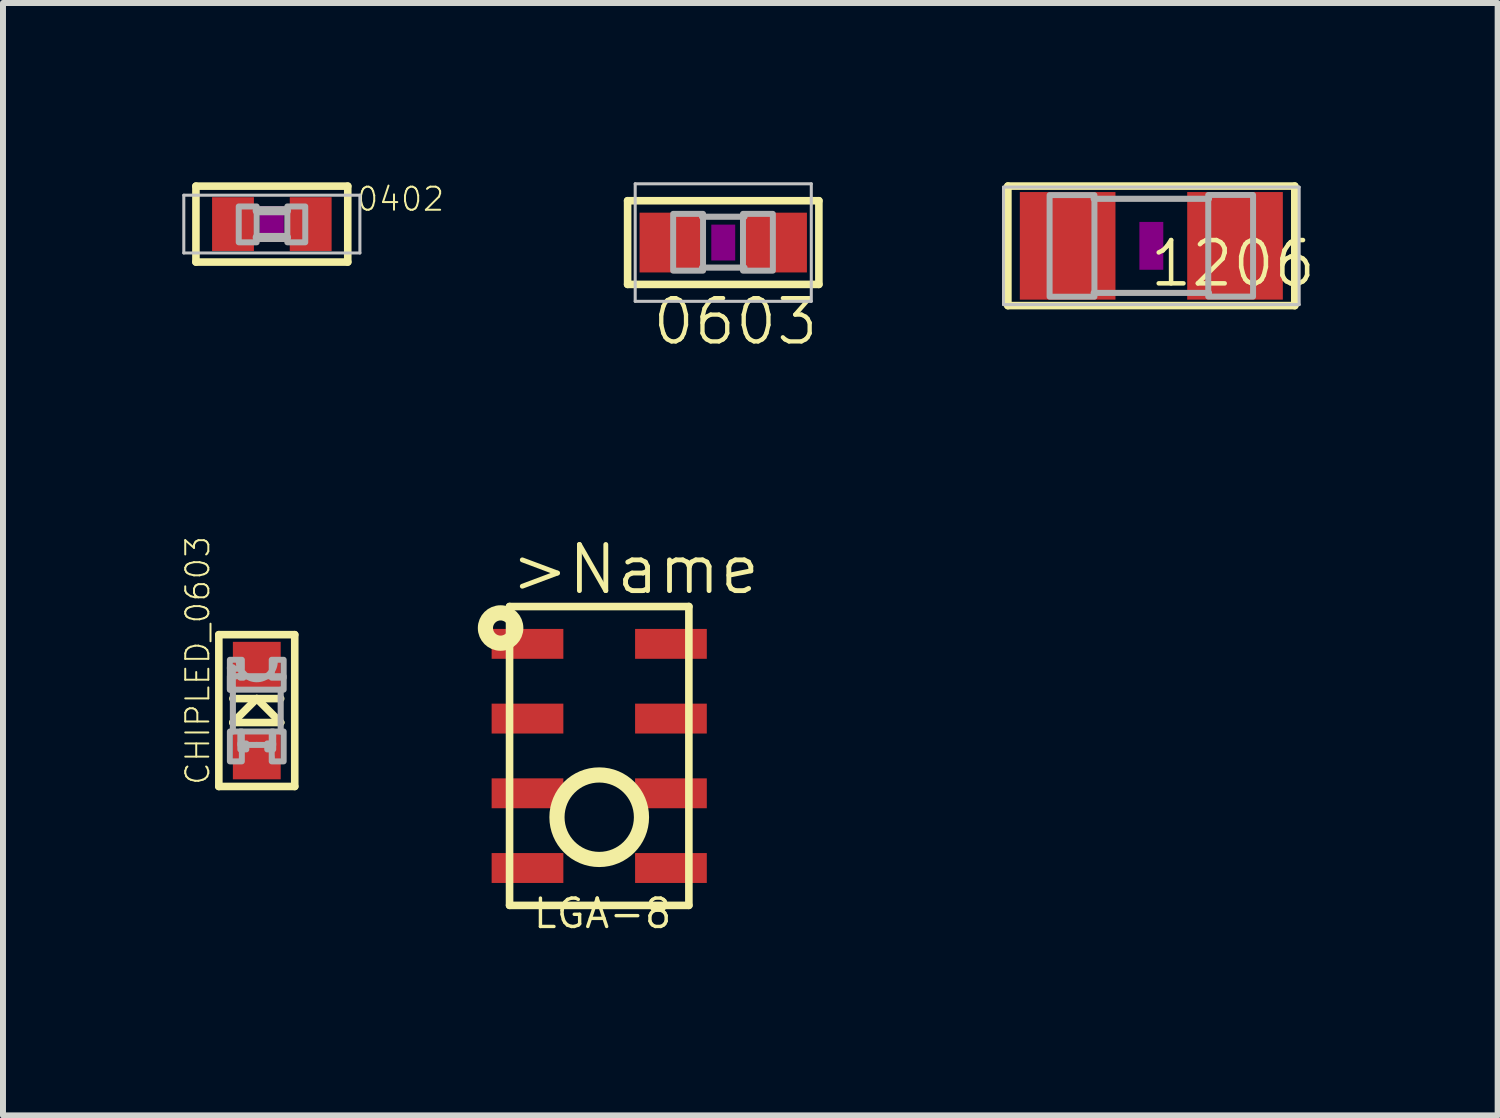
<source format=kicad_pcb>
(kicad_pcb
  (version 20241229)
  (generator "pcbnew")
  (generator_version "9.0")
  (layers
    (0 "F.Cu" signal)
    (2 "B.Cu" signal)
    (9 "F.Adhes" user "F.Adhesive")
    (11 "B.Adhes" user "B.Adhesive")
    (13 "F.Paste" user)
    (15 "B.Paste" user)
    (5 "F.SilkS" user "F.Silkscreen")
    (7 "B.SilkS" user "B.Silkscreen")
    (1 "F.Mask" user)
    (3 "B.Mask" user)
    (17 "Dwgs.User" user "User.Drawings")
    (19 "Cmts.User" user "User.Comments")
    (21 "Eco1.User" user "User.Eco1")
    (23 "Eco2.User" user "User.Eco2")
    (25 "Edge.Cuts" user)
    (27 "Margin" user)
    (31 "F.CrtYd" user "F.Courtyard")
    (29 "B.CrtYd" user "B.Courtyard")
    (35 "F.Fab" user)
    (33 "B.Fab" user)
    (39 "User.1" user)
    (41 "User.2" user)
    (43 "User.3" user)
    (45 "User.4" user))
  (footprint "0402"
    (layer "F.Cu")
    (at 1.498 0.699)
    (property "Reference" "0402" (at 1.397 -0.191 0) (layer "F.SilkS") (effects (font (size 0.386 0.386) (thickness 0.033)) (justify left bottom)))
    (attr through_hole)
    (fp_line (start -1.27 -0.635) (end 1.27 -0.635) (stroke (width 0.127) (type solid)) (layer "F.SilkS"))
    (fp_line (start -1.27 0.635) (end -1.27 -0.635) (stroke (width 0.127) (type solid)) (layer "F.SilkS"))
    (fp_line (start 1.27 -0.635) (end 1.27 0.635) (stroke (width 0.127) (type solid)) (layer "F.SilkS"))
    (fp_line (start 1.27 0.635) (end -1.27 0.635) (stroke (width 0.127) (type solid)) (layer "F.SilkS"))
    (fp_poly (pts (xy -0.2 0.3) (xy 0.2 0.3) (xy 0.2 -0.3) (xy -0.2 -0.3)) (stroke (width 0) (type solid)) (fill yes) (layer "F.Adhes"))
    (fp_line (start -1.473 -0.483) (end 1.473 -0.483) (stroke (width 0.051) (type solid)) (layer "Dwgs.User"))
    (fp_line (start -1.473 0.483) (end -1.473 -0.483) (stroke (width 0.051) (type solid)) (layer "Dwgs.User"))
    (fp_line (start 1.473 -0.483) (end 1.473 0.483) (stroke (width 0.051) (type solid)) (layer "Dwgs.User"))
    (fp_line (start 1.473 0.483) (end -1.473 0.483) (stroke (width 0.051) (type solid)) (layer "Dwgs.User"))
    (fp_line (start -0.245 -0.224) (end 0.245 -0.224) (stroke (width 0.152) (type solid)) (layer "F.Fab"))
    (fp_line (start 0.245 0.224) (end -0.245 0.224) (stroke (width 0.152) (type solid)) (layer "F.Fab"))
    (fp_poly (pts (xy -0.554 0.305) (xy -0.254 0.305) (xy -0.254 -0.295) (xy -0.554 -0.295)) (stroke (width 0.1) (type solid)) (fill no) (layer "F.Fab"))
    (fp_poly (pts (xy 0.259 0.305) (xy 0.559 0.305) (xy 0.559 -0.295) (xy 0.259 -0.295)) (stroke (width 0.1) (type solid)) (fill no) (layer "F.Fab"))
    (pad "1" smd rect (at -0.65 0) (size 0.7 0.9) (layers "F.Cu" "F.Mask" "F.Paste"))
    (pad "2" smd rect (at 0.65 0) (size 0.7 0.9) (layers "F.Cu" "F.Mask" "F.Paste")))
  (footprint "LGA-8"
    (layer "F.Cu")
    (at 6.975 9.597)
    (property "Reference" "LGA-8" (at 0.057 2.636 180) (layer "F.SilkS") (effects (font (size 0.475 0.475) (thickness 0.057))))
    (attr through_hole)
    (fp_line (start -1.5 -2.5) (end -1.5 2.5) (stroke (width 0.127) (type solid)) (layer "F.SilkS"))
    (fp_line (start -1.5 2.5) (end 1.5 2.5) (stroke (width 0.127) (type solid)) (layer "F.SilkS"))
    (fp_line (start 1.5 -2.5) (end -1.5 -2.5) (stroke (width 0.127) (type solid)) (layer "F.SilkS"))
    (fp_line (start 1.5 -2.5) (end 1.5 2.5) (stroke (width 0.127) (type solid)) (layer "F.SilkS"))
    (fp_circle (center -1.65 -2.14) (end -1.396 -2.14) (stroke (width 0.254) (type solid)) (fill no) (layer "F.SilkS"))
    (fp_circle (center 0 1.025) (end 0.707 1.025) (stroke (width 0.254) (type solid)) (fill no) (layer "F.SilkS"))
    (fp_text user ">Name" (at -1.524 -2.667 0) (layer "F.SilkS") (effects (font (size 0.772 0.772) (thickness 0.081)) (justify left bottom)))
    (pad "1" smd rect (at -1.2 -1.875) (size 1.2 0.5) (layers "F.Cu" "F.Mask" "F.Paste"))
    (pad "2" smd rect (at -1.2 -0.625) (size 1.2 0.5) (layers "F.Cu" "F.Mask" "F.Paste"))
    (pad "3" smd rect (at -1.2 0.625) (size 1.2 0.5) (layers "F.Cu" "F.Mask" "F.Paste"))
    (pad "4" smd rect (at -1.2 1.875) (size 1.2 0.5) (layers "F.Cu" "F.Mask" "F.Paste"))
    (pad "5" smd rect (at 1.2 1.875) (size 1.2 0.5) (layers "F.Cu" "F.Mask" "F.Paste"))
    (pad "6" smd rect (at 1.2 0.625) (size 1.2 0.5) (layers "F.Cu" "F.Mask" "F.Paste"))
    (pad "7" smd rect (at 1.2 -0.625) (size 1.2 0.5) (layers "F.Cu" "F.Mask" "F.Paste"))
    (pad "8" smd rect (at 1.2 -1.875) (size 1.2 0.5) (layers "F.Cu" "F.Mask" "F.Paste")))
  (footprint "CHIPLED_0603"
    (layer "F.Cu")
    (at 1.246 8.838)
    (property "Reference" "CHIPLED_0603" (at -0.762 1.27 90) (layer "F.SilkS") (effects (font (size 0.386 0.386) (thickness 0.033)) (justify left bottom)))
    (attr through_hole)
    (fp_line (start -0.635 -1.27) (end 0.635 -1.27) (stroke (width 0.127) (type solid)) (layer "F.SilkS"))
    (fp_line (start -0.635 1.27) (end -0.635 -1.27) (stroke (width 0.127) (type solid)) (layer "F.SilkS"))
    (fp_line (start -0.635 1.27) (end 0.635 1.27) (stroke (width 0.127) (type solid)) (layer "F.SilkS"))
    (fp_line (start -0.4 -0.2) (end 0 -0.2) (stroke (width 0.127) (type solid)) (layer "F.SilkS"))
    (fp_line (start -0.4 0.2) (end 0.4 0.2) (stroke (width 0.127) (type solid)) (layer "F.SilkS"))
    (fp_line (start 0 -0.2) (end -0.4 0.2) (stroke (width 0.127) (type solid)) (layer "F.SilkS"))
    (fp_line (start 0 -0.2) (end 0.4 -0.2) (stroke (width 0.127) (type solid)) (layer "F.SilkS"))
    (fp_line (start 0.4 0.2) (end 0 -0.2) (stroke (width 0.127) (type solid)) (layer "F.SilkS"))
    (fp_line (start 0.635 -1.27) (end 0.635 1.27) (stroke (width 0.127) (type solid)) (layer "F.SilkS"))
    (fp_line (start -0.4 -0.375) (end -0.4 0.35) (stroke (width 0.102) (type solid)) (layer "F.Fab"))
    (fp_line (start 0.4 -0.35) (end 0.4 0.35) (stroke (width 0.102) (type solid)) (layer "F.Fab"))
    (fp_arc (start -0.275 0.825) (mid 0 0.55) (end 0.275 0.825) (stroke (width 0.0508) (type solid)) (layer "F.Fab"))
    (fp_arc (start 0.3 -0.799998) (mid -0.000001 -0.524966) (end -0.3 -0.8) (stroke (width 0.1016) (type solid)) (layer "F.Fab"))
    (fp_circle (center -0.35 -0.625) (end -0.275 -0.625) (stroke (width 0.051) (type solid)) (fill no) (layer "F.Fab"))
    (fp_poly (pts (xy -0.45 -0.7) (xy -0.25 -0.7) (xy -0.25 -0.85) (xy -0.45 -0.85)) (stroke (width 0.1) (type solid)) (fill no) (layer "F.Fab"))
    (fp_poly (pts (xy -0.45 -0.35) (xy -0.4 -0.35) (xy -0.4 -0.725) (xy -0.45 -0.725)) (stroke (width 0.1) (type solid)) (fill no) (layer "F.Fab"))
    (fp_poly (pts (xy -0.45 -0.35) (xy 0.45 -0.35) (xy 0.45 -0.575) (xy -0.45 -0.575)) (stroke (width 0.1) (type solid)) (fill no) (layer "F.Fab"))
    (fp_poly (pts (xy -0.45 0.85) (xy -0.25 0.85) (xy -0.25 0.35) (xy -0.45 0.35)) (stroke (width 0.1) (type solid)) (fill no) (layer "F.Fab"))
    (fp_poly (pts (xy -0.275 -0.55) (xy -0.225 -0.55) (xy -0.225 -0.6) (xy -0.275 -0.6)) (stroke (width 0.1) (type solid)) (fill no) (layer "F.Fab"))
    (fp_poly (pts (xy -0.275 0.575) (xy 0.275 0.575) (xy 0.275 0.35) (xy -0.275 0.35)) (stroke (width 0.1) (type solid)) (fill no) (layer "F.Fab"))
    (fp_poly (pts (xy -0.275 0.65) (xy -0.175 0.65) (xy -0.175 0.55) (xy -0.275 0.55)) (stroke (width 0.1) (type solid)) (fill no) (layer "F.Fab"))
    (fp_poly (pts (xy 0.175 0.65) (xy 0.275 0.65) (xy 0.275 0.55) (xy 0.175 0.55)) (stroke (width 0.1) (type solid)) (fill no) (layer "F.Fab"))
    (fp_poly (pts (xy 0.25 -0.55) (xy 0.45 -0.55) (xy 0.45 -0.85) (xy 0.25 -0.85)) (stroke (width 0.1) (type solid)) (fill no) (layer "F.Fab"))
    (fp_poly (pts (xy 0.25 0.85) (xy 0.45 0.85) (xy 0.45 0.35) (xy 0.25 0.35)) (stroke (width 0.1) (type solid)) (fill no) (layer "F.Fab"))
    (pad "A" smd rect (at 0 0.75) (size 0.8 0.8) (layers "F.Cu" "F.Mask" "F.Paste"))
    (pad "C" smd rect (at 0 -0.75) (size 0.8 0.8) (layers "F.Cu" "F.Mask" "F.Paste")))
  (footprint "0603"
    (layer "F.Cu")
    (at 9.05 1.008)
    (property "Reference" "0603" (at -1.222 1.746 0) (layer "F.SilkS") (effects (font (size 0.724 0.724) (thickness 0.072)) (justify left bottom)))
    (attr through_hole)
    (fp_line (start -1.6 -0.7) (end 1.6 -0.7) (stroke (width 0.127) (type solid)) (layer "F.SilkS"))
    (fp_line (start -1.6 0.7) (end -1.6 -0.7) (stroke (width 0.127) (type solid)) (layer "F.SilkS"))
    (fp_line (start 1.6 -0.7) (end 1.6 0.7) (stroke (width 0.127) (type solid)) (layer "F.SilkS"))
    (fp_line (start 1.6 0.7) (end -1.6 0.7) (stroke (width 0.127) (type solid)) (layer "F.SilkS"))
    (fp_poly (pts (xy -0.2 0.3) (xy 0.2 0.3) (xy 0.2 -0.3) (xy -0.2 -0.3)) (stroke (width 0) (type solid)) (fill yes) (layer "F.Adhes"))
    (fp_line (start -1.473 -0.983) (end 1.473 -0.983) (stroke (width 0.051) (type solid)) (layer "Dwgs.User"))
    (fp_line (start -1.473 0.983) (end -1.473 -0.983) (stroke (width 0.051) (type solid)) (layer "Dwgs.User"))
    (fp_line (start 1.473 -0.983) (end 1.473 0.983) (stroke (width 0.051) (type solid)) (layer "Dwgs.User"))
    (fp_line (start 1.473 0.983) (end -1.473 0.983) (stroke (width 0.051) (type solid)) (layer "Dwgs.User"))
    (fp_line (start -0.356 -0.432) (end 0.356 -0.432) (stroke (width 0.102) (type solid)) (layer "F.Fab"))
    (fp_line (start -0.356 0.419) (end 0.356 0.419) (stroke (width 0.102) (type solid)) (layer "F.Fab"))
    (fp_poly (pts (xy -0.838 0.47) (xy -0.338 0.47) (xy -0.338 -0.48) (xy -0.838 -0.48)) (stroke (width 0.1) (type solid)) (fill no) (layer "F.Fab"))
    (fp_poly (pts (xy 0.33 0.47) (xy 0.83 0.47) (xy 0.83 -0.48) (xy 0.33 -0.48)) (stroke (width 0.1) (type solid)) (fill no) (layer "F.Fab"))
    (pad "1" smd rect (at -0.85 0) (size 1.1 1) (layers "F.Cu" "F.Mask" "F.Paste"))
    (pad "2" smd rect (at 0.85 0) (size 1.1 1) (layers "F.Cu" "F.Mask" "F.Paste")))
  (footprint "1206"
    (layer "F.Cu")
    (at 16.212 1.063)
    (property "Reference" "1206" (at 2.794 -0.127 0) (layer "F.SilkS") (effects (font (size 0.724 0.724) (thickness 0.076)) (justify right top)))
    (attr through_hole)
    (fp_line (start -2.4 -1) (end 2.4 -1) (stroke (width 0.127) (type solid)) (layer "F.SilkS"))
    (fp_line (start -2.4 1) (end -2.4 -1) (stroke (width 0.127) (type solid)) (layer "F.SilkS"))
    (fp_line (start 2.4 -1) (end 2.4 1) (stroke (width 0.127) (type solid)) (layer "F.SilkS"))
    (fp_line (start 2.4 1) (end -2.4 1) (stroke (width 0.127) (type solid)) (layer "F.SilkS"))
    (fp_poly (pts (xy -0.2 0.4) (xy 0.2 0.4) (xy 0.2 -0.4) (xy -0.2 -0.4)) (stroke (width 0) (type solid)) (fill yes) (layer "F.Adhes"))
    (fp_line (start -2.473 -0.983) (end 2.473 -0.983) (stroke (width 0.051) (type solid)) (layer "Dwgs.User"))
    (fp_line (start -2.473 0.983) (end -2.473 -0.983) (stroke (width 0.051) (type solid)) (layer "Dwgs.User"))
    (fp_line (start 2.473 -0.983) (end 2.473 0.983) (stroke (width 0.051) (type solid)) (layer "Dwgs.User"))
    (fp_line (start 2.473 0.983) (end -2.473 0.983) (stroke (width 0.051) (type solid)) (layer "Dwgs.User"))
    (fp_line (start -0.965 -0.787) (end 0.965 -0.787) (stroke (width 0.102) (type solid)) (layer "F.Fab"))
    (fp_line (start -0.965 0.787) (end 0.965 0.787) (stroke (width 0.102) (type solid)) (layer "F.Fab"))
    (fp_poly (pts (xy -1.702 0.851) (xy -0.952 0.851) (xy -0.952 -0.849) (xy -1.702 -0.849)) (stroke (width 0.1) (type solid)) (fill no) (layer "F.Fab"))
    (fp_poly (pts (xy 0.952 0.849) (xy 1.702 0.849) (xy 1.702 -0.851) (xy 0.952 -0.851)) (stroke (width 0.1) (type solid)) (fill no) (layer "F.Fab"))
    (pad "1" smd rect (at -1.4 0) (size 1.6 1.8) (layers "F.Cu" "F.Mask" "F.Paste"))
    (pad "2" smd rect (at 1.4 0) (size 1.6 1.8) (layers "F.Cu" "F.Mask" "F.Paste")))
  (gr_rect
    (start -3 -3)
    (end 22.006 15.611)
    (stroke (width 0.1) (type default))
    (fill no)
    (layer "Edge.Cuts")))
</source>
